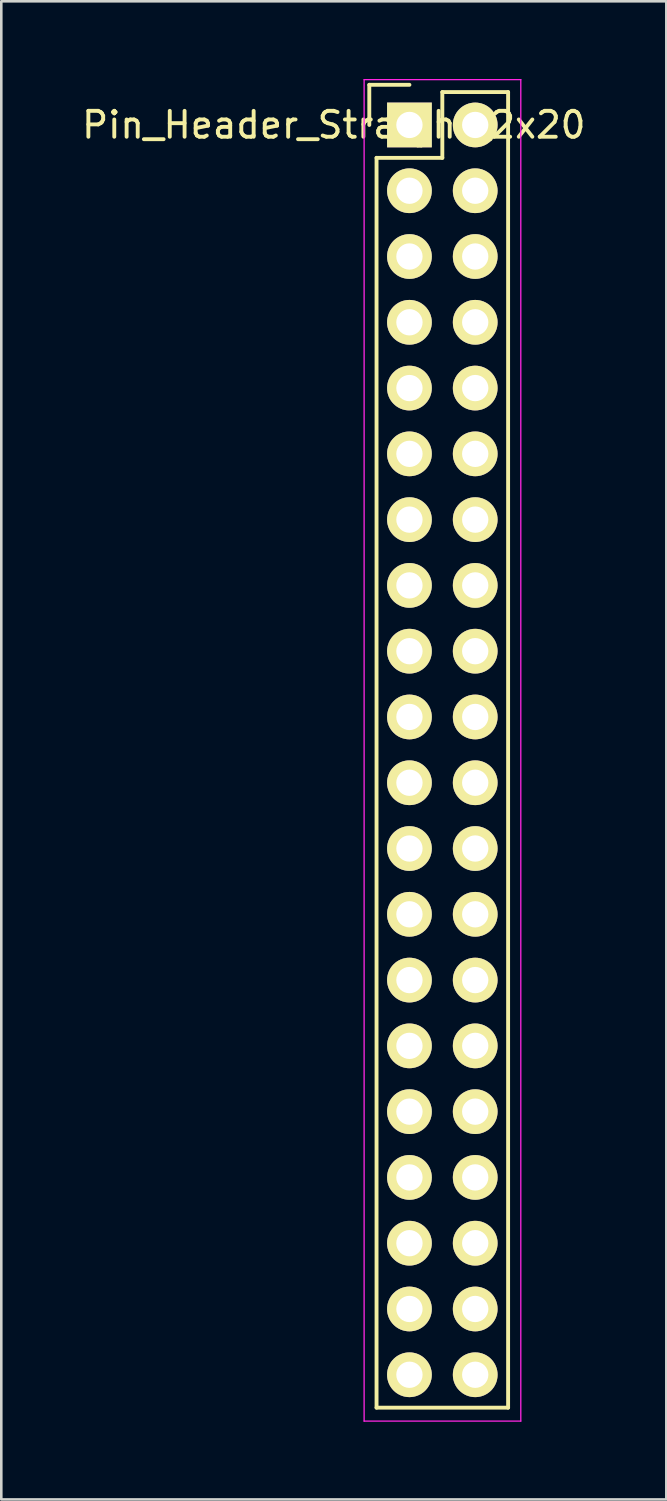
<source format=kicad_pcb>
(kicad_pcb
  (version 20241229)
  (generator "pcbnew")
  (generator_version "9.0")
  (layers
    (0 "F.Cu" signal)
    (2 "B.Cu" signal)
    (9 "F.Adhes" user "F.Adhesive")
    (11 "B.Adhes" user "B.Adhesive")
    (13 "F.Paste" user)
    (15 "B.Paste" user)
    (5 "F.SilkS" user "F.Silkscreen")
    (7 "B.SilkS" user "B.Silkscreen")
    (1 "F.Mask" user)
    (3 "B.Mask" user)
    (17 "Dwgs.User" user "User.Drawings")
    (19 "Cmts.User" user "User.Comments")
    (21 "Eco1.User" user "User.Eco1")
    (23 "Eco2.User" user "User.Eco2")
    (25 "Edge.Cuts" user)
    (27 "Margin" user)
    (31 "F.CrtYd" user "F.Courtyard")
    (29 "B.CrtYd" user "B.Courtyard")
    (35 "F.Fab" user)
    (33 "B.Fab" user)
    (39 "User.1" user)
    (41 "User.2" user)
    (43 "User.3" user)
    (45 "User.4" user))
  (footprint "Pin_Header_Straight_2x20"
    (layer "F.Cu")
    (at 14.03 25.905)
    (property "Reference" "Pin_Header_Straight_2x20" (at -4.191 -24.13 180) (layer "F.SilkS") (effects (font (size 1 1) (thickness 0.15))))
    (attr through_hole)
    (fp_line (start -2.82 -25.68) (end -2.82 -24.13) (stroke (width 0.15) (type solid)) (layer "F.SilkS"))
    (fp_line (start -2.54 -22.86) (end -2.54 25.4) (stroke (width 0.15) (type solid)) (layer "F.SilkS"))
    (fp_line (start -1.27 -25.68) (end -2.82 -25.68) (stroke (width 0.15) (type solid)) (layer "F.SilkS"))
    (fp_line (start 0 -25.4) (end 0 -22.86) (stroke (width 0.15) (type solid)) (layer "F.SilkS"))
    (fp_line (start 0 -22.86) (end -2.54 -22.86) (stroke (width 0.15) (type solid)) (layer "F.SilkS"))
    (fp_line (start 2.54 -25.4) (end 0 -25.4) (stroke (width 0.15) (type solid)) (layer "F.SilkS"))
    (fp_line (start 2.54 25.4) (end -2.54 25.4) (stroke (width 0.15) (type solid)) (layer "F.SilkS"))
    (fp_line (start 2.54 25.4) (end 2.54 -25.4) (stroke (width 0.15) (type solid)) (layer "F.SilkS"))
    (fp_line (start -3.02 -25.88) (end -3.02 25.92) (stroke (width 0.05) (type solid)) (layer "F.CrtYd"))
    (fp_line (start -3.02 -25.88) (end 3.03 -25.88) (stroke (width 0.05) (type solid)) (layer "F.CrtYd"))
    (fp_line (start -3.02 25.92) (end 3.03 25.92) (stroke (width 0.05) (type solid)) (layer "F.CrtYd"))
    (fp_line (start 3.03 -25.88) (end 3.03 25.92) (stroke (width 0.05) (type solid)) (layer "F.CrtYd"))
    (pad "1" thru_hole rect (at -1.27 -24.13) (size 1.727 1.727) (drill 1.016) (layers "*.Cu" "*.Mask" "F.SilkS"))
    (pad "2" thru_hole oval (at 1.27 -24.13) (size 1.727 1.727) (drill 1.016) (layers "*.Cu" "*.Mask" "F.SilkS"))
    (pad "3" thru_hole oval (at -1.27 -21.59) (size 1.727 1.727) (drill 1.016) (layers "*.Cu" "*.Mask" "F.SilkS"))
    (pad "4" thru_hole oval (at 1.27 -21.59) (size 1.727 1.727) (drill 1.016) (layers "*.Cu" "*.Mask" "F.SilkS"))
    (pad "5" thru_hole oval (at -1.27 -19.05) (size 1.727 1.727) (drill 1.016) (layers "*.Cu" "*.Mask" "F.SilkS"))
    (pad "6" thru_hole oval (at 1.27 -19.05) (size 1.727 1.727) (drill 1.016) (layers "*.Cu" "*.Mask" "F.SilkS"))
    (pad "7" thru_hole oval (at -1.27 -16.51) (size 1.727 1.727) (drill 1.016) (layers "*.Cu" "*.Mask" "F.SilkS"))
    (pad "8" thru_hole oval (at 1.27 -16.51) (size 1.727 1.727) (drill 1.016) (layers "*.Cu" "*.Mask" "F.SilkS"))
    (pad "9" thru_hole oval (at -1.27 -13.97) (size 1.727 1.727) (drill 1.016) (layers "*.Cu" "*.Mask" "F.SilkS"))
    (pad "10" thru_hole oval (at 1.27 -13.97) (size 1.727 1.727) (drill 1.016) (layers "*.Cu" "*.Mask" "F.SilkS"))
    (pad "11" thru_hole oval (at -1.27 -11.43) (size 1.727 1.727) (drill 1.016) (layers "*.Cu" "*.Mask" "F.SilkS"))
    (pad "12" thru_hole oval (at 1.27 -11.43) (size 1.727 1.727) (drill 1.016) (layers "*.Cu" "*.Mask" "F.SilkS"))
    (pad "13" thru_hole oval (at -1.27 -8.89) (size 1.727 1.727) (drill 1.016) (layers "*.Cu" "*.Mask" "F.SilkS"))
    (pad "14" thru_hole oval (at 1.27 -8.89) (size 1.727 1.727) (drill 1.016) (layers "*.Cu" "*.Mask" "F.SilkS"))
    (pad "15" thru_hole oval (at -1.27 -6.35) (size 1.727 1.727) (drill 1.016) (layers "*.Cu" "*.Mask" "F.SilkS"))
    (pad "16" thru_hole oval (at 1.27 -6.35) (size 1.727 1.727) (drill 1.016) (layers "*.Cu" "*.Mask" "F.SilkS"))
    (pad "17" thru_hole oval (at -1.27 -3.81) (size 1.727 1.727) (drill 1.016) (layers "*.Cu" "*.Mask" "F.SilkS"))
    (pad "18" thru_hole oval (at 1.27 -3.81) (size 1.727 1.727) (drill 1.016) (layers "*.Cu" "*.Mask" "F.SilkS"))
    (pad "19" thru_hole oval (at -1.27 -1.27) (size 1.727 1.727) (drill 1.016) (layers "*.Cu" "*.Mask" "F.SilkS"))
    (pad "20" thru_hole oval (at 1.27 -1.27) (size 1.727 1.727) (drill 1.016) (layers "*.Cu" "*.Mask" "F.SilkS"))
    (pad "21" thru_hole oval (at -1.27 1.27) (size 1.727 1.727) (drill 1.016) (layers "*.Cu" "*.Mask" "F.SilkS"))
    (pad "22" thru_hole oval (at 1.27 1.27) (size 1.727 1.727) (drill 1.016) (layers "*.Cu" "*.Mask" "F.SilkS"))
    (pad "23" thru_hole oval (at -1.27 3.81) (size 1.727 1.727) (drill 1.016) (layers "*.Cu" "*.Mask" "F.SilkS"))
    (pad "24" thru_hole oval (at 1.27 3.81) (size 1.727 1.727) (drill 1.016) (layers "*.Cu" "*.Mask" "F.SilkS"))
    (pad "25" thru_hole oval (at -1.27 6.35) (size 1.727 1.727) (drill 1.016) (layers "*.Cu" "*.Mask" "F.SilkS"))
    (pad "26" thru_hole oval (at 1.27 6.35) (size 1.727 1.727) (drill 1.016) (layers "*.Cu" "*.Mask" "F.SilkS"))
    (pad "27" thru_hole oval (at -1.27 8.89) (size 1.727 1.727) (drill 1.016) (layers "*.Cu" "*.Mask" "F.SilkS"))
    (pad "28" thru_hole oval (at 1.27 8.89) (size 1.727 1.727) (drill 1.016) (layers "*.Cu" "*.Mask" "F.SilkS"))
    (pad "29" thru_hole oval (at -1.27 11.43) (size 1.727 1.727) (drill 1.016) (layers "*.Cu" "*.Mask" "F.SilkS"))
    (pad "30" thru_hole oval (at 1.27 11.43) (size 1.727 1.727) (drill 1.016) (layers "*.Cu" "*.Mask" "F.SilkS"))
    (pad "31" thru_hole oval (at -1.27 13.97) (size 1.727 1.727) (drill 1.016) (layers "*.Cu" "*.Mask" "F.SilkS"))
    (pad "32" thru_hole oval (at 1.27 13.97) (size 1.727 1.727) (drill 1.016) (layers "*.Cu" "*.Mask" "F.SilkS"))
    (pad "33" thru_hole oval (at -1.27 16.51) (size 1.727 1.727) (drill 1.016) (layers "*.Cu" "*.Mask" "F.SilkS"))
    (pad "34" thru_hole oval (at 1.27 16.51) (size 1.727 1.727) (drill 1.016) (layers "*.Cu" "*.Mask" "F.SilkS"))
    (pad "35" thru_hole oval (at -1.27 19.05) (size 1.727 1.727) (drill 1.016) (layers "*.Cu" "*.Mask" "F.SilkS"))
    (pad "36" thru_hole oval (at 1.27 19.05) (size 1.727 1.727) (drill 1.016) (layers "*.Cu" "*.Mask" "F.SilkS"))
    (pad "37" thru_hole oval (at -1.27 21.59) (size 1.727 1.727) (drill 1.016) (layers "*.Cu" "*.Mask" "F.SilkS"))
    (pad "38" thru_hole oval (at 1.27 21.59) (size 1.727 1.727) (drill 1.016) (layers "*.Cu" "*.Mask" "F.SilkS"))
    (pad "39" thru_hole oval (at -1.27 24.13) (size 1.727 1.727) (drill 1.016) (layers "*.Cu" "*.Mask" "F.SilkS"))
    (pad "40" thru_hole oval (at 1.27 24.13) (size 1.727 1.727) (drill 1.016) (layers "*.Cu" "*.Mask" "F.SilkS")))
  (gr_rect
    (start -3 -3)
    (end 22.679 54.85)
    (stroke (width 0.1) (type default))
    (fill no)
    (layer "Edge.Cuts")))
</source>
